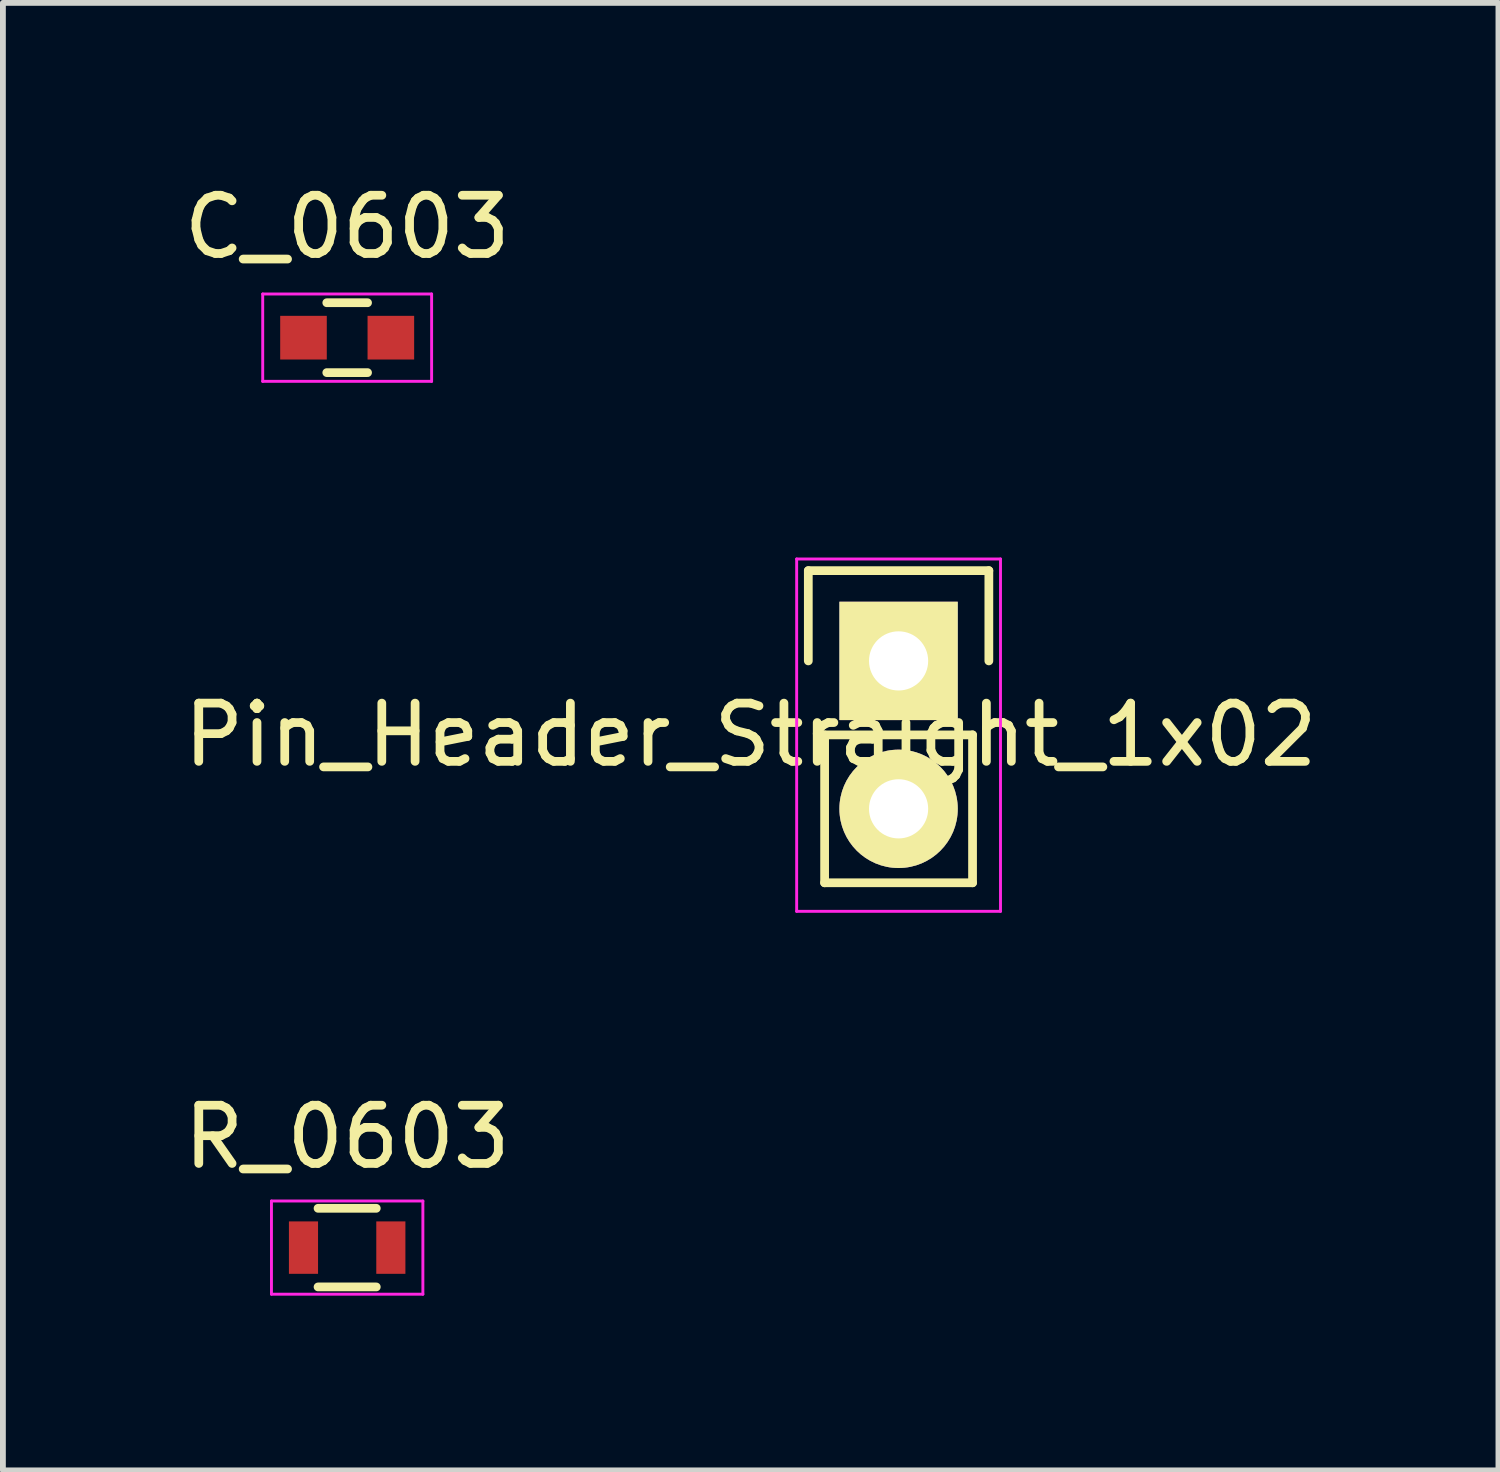
<source format=kicad_pcb>
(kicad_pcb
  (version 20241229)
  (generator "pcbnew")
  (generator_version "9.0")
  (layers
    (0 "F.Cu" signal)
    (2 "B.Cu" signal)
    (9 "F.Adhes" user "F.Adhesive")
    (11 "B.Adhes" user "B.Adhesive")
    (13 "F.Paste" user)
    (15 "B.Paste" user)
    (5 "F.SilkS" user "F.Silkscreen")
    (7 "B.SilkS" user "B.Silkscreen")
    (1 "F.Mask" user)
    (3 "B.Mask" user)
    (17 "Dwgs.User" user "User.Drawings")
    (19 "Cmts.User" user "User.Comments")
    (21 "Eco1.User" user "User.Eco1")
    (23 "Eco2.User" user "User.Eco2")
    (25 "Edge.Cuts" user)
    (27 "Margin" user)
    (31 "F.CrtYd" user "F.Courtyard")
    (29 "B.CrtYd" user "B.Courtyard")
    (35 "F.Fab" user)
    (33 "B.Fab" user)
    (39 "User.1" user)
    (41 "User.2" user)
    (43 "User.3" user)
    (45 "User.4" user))
  (footprint "Pin_Header_Straight_1x02"
    (layer "F.Cu")
    (at 12.379 8.298)
    (property "Reference" "Pin_Header_Straight_1x02" (at -2.54 1.27 0) (layer "F.SilkS") (effects (font (size 1 1) (thickness 0.15))))
    (attr through_hole)
    (fp_line (start -1.55 -1.55) (end 1.55 -1.55) (stroke (width 0.15) (type solid)) (layer "F.SilkS"))
    (fp_line (start -1.55 0) (end -1.55 -1.55) (stroke (width 0.15) (type solid)) (layer "F.SilkS"))
    (fp_line (start -1.27 1.27) (end -1.27 3.81) (stroke (width 0.15) (type solid)) (layer "F.SilkS"))
    (fp_line (start -1.27 3.81) (end 1.27 3.81) (stroke (width 0.15) (type solid)) (layer "F.SilkS"))
    (fp_line (start 1.27 1.27) (end -1.27 1.27) (stroke (width 0.15) (type solid)) (layer "F.SilkS"))
    (fp_line (start 1.27 1.27) (end 1.27 3.81) (stroke (width 0.15) (type solid)) (layer "F.SilkS"))
    (fp_line (start 1.55 -1.55) (end 1.55 0) (stroke (width 0.15) (type solid)) (layer "F.SilkS"))
    (fp_line (start -1.75 -1.75) (end -1.75 4.3) (stroke (width 0.05) (type solid)) (layer "F.CrtYd"))
    (fp_line (start -1.75 -1.75) (end 1.75 -1.75) (stroke (width 0.05) (type solid)) (layer "F.CrtYd"))
    (fp_line (start -1.75 4.3) (end 1.75 4.3) (stroke (width 0.05) (type solid)) (layer "F.CrtYd"))
    (fp_line (start 1.75 -1.75) (end 1.75 4.3) (stroke (width 0.05) (type solid)) (layer "F.CrtYd"))
    (pad "1" thru_hole rect (at 0 0) (size 2.032 2.032) (drill 1.016) (layers "*.Cu" "*.Mask" "F.SilkS"))
    (pad "2" thru_hole oval (at 0 2.54) (size 2.032 2.032) (drill 1.016) (layers "*.Cu" "*.Mask" "F.SilkS")))
  (footprint "R_0603"
    (layer "F.Cu")
    (at 2.911 18.372)
    (property "Reference" "R_0603" (at 0 -1.9 0) (layer "F.SilkS") (effects (font (size 1 1) (thickness 0.15))))
    (attr smd)
    (fp_line (start -0.5 -0.675) (end 0.5 -0.675) (stroke (width 0.15) (type solid)) (layer "F.SilkS"))
    (fp_line (start 0.5 0.675) (end -0.5 0.675) (stroke (width 0.15) (type solid)) (layer "F.SilkS"))
    (fp_line (start -1.3 -0.8) (end -1.3 0.8) (stroke (width 0.05) (type solid)) (layer "F.CrtYd"))
    (fp_line (start -1.3 -0.8) (end 1.3 -0.8) (stroke (width 0.05) (type solid)) (layer "F.CrtYd"))
    (fp_line (start -1.3 0.8) (end 1.3 0.8) (stroke (width 0.05) (type solid)) (layer "F.CrtYd"))
    (fp_line (start 1.3 -0.8) (end 1.3 0.8) (stroke (width 0.05) (type solid)) (layer "F.CrtYd"))
    (pad "1" smd rect (at -0.75 0) (size 0.5 0.9) (layers "F.Cu" "F.Mask" "F.Paste"))
    (pad "2" smd rect (at 0.75 0) (size 0.5 0.9) (layers "F.Cu" "F.Mask" "F.Paste")))
  (footprint "C_0603"
    (layer "F.Cu")
    (at 2.911 2.748)
    (property "Reference" "C_0603" (at 0 -1.9 0) (layer "F.SilkS") (effects (font (size 1 1) (thickness 0.15))))
    (attr smd)
    (fp_line (start -0.35 -0.6) (end 0.35 -0.6) (stroke (width 0.15) (type solid)) (layer "F.SilkS"))
    (fp_line (start 0.35 0.6) (end -0.35 0.6) (stroke (width 0.15) (type solid)) (layer "F.SilkS"))
    (fp_line (start -1.45 -0.75) (end -1.45 0.75) (stroke (width 0.05) (type solid)) (layer "F.CrtYd"))
    (fp_line (start -1.45 -0.75) (end 1.45 -0.75) (stroke (width 0.05) (type solid)) (layer "F.CrtYd"))
    (fp_line (start -1.45 0.75) (end 1.45 0.75) (stroke (width 0.05) (type solid)) (layer "F.CrtYd"))
    (fp_line (start 1.45 -0.75) (end 1.45 0.75) (stroke (width 0.05) (type solid)) (layer "F.CrtYd"))
    (pad "1" smd rect (at -0.75 0) (size 0.8 0.75) (layers "F.Cu" "F.Mask" "F.Paste"))
    (pad "2" smd rect (at 0.75 0) (size 0.8 0.75) (layers "F.Cu" "F.Mask" "F.Paste")))
  (gr_rect
    (start -3 -3)
    (end 22.679 22.197)
    (stroke (width 0.1) (type default))
    (fill no)
    (layer "Edge.Cuts")))
</source>
